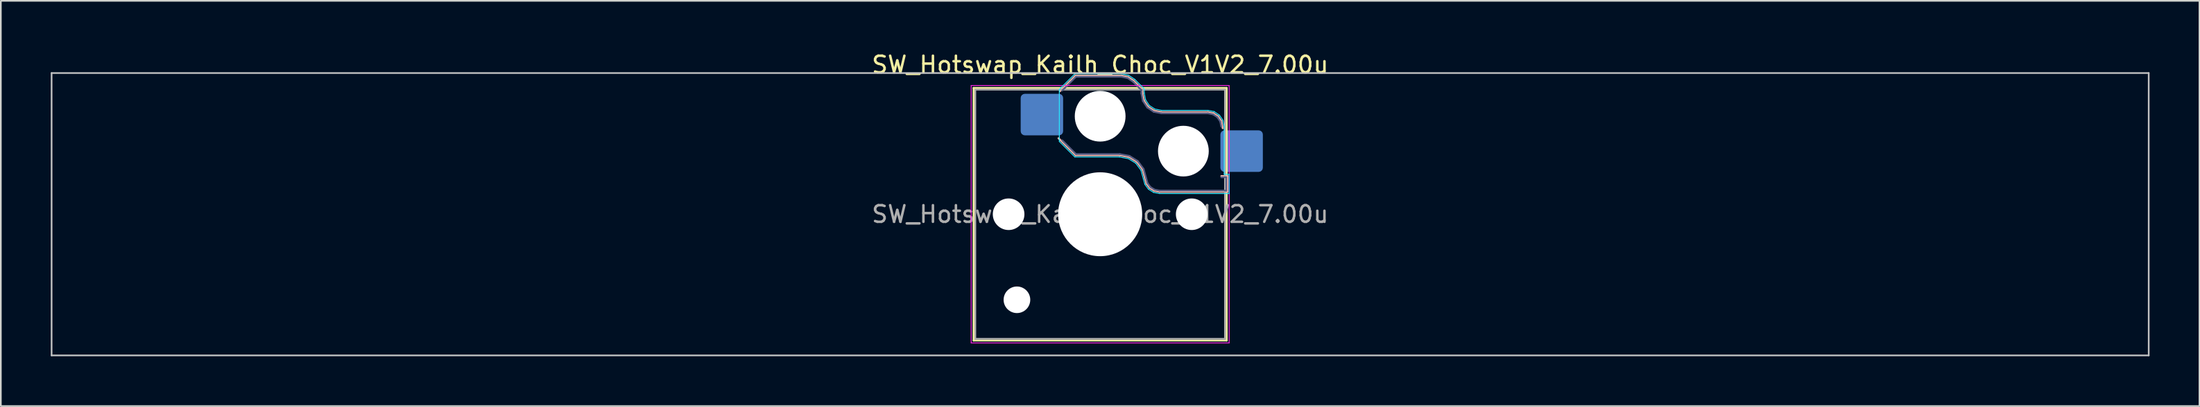
<source format=kicad_pcb>
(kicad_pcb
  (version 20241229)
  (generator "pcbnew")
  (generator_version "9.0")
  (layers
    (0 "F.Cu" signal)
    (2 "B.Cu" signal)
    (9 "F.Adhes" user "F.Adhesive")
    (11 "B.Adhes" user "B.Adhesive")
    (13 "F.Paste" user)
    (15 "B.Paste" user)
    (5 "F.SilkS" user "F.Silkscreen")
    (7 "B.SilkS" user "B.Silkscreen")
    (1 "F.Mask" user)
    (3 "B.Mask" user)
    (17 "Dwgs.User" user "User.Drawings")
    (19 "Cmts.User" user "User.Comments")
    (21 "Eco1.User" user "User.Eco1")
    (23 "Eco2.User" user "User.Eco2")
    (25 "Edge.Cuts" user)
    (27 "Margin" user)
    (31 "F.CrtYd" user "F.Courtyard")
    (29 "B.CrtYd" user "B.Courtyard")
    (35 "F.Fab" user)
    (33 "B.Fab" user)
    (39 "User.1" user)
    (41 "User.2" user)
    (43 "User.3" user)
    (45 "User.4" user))
  (footprint "SW_Hotswap_Kailh_Choc_V1V2_7.00u"
    (layer "F.Cu")
    (at 63.05 9.848)
    (property "Reference" "SW_Hotswap_Kailh_Choc_V1V2_7.00u" (at 0 -9 0) (layer "F.SilkS") (effects (font (size 1 1) (thickness 0.15))))
    (attr smd)
    (fp_line (start -7.6 -7.6) (end -7.6 7.6) (stroke (width 0.12) (type solid)) (layer "F.SilkS"))
    (fp_line (start -7.6 7.6) (end 7.6 7.6) (stroke (width 0.12) (type solid)) (layer "F.SilkS"))
    (fp_line (start 7.6 -7.6) (end -7.6 -7.6) (stroke (width 0.12) (type solid)) (layer "F.SilkS"))
    (fp_line (start 7.6 7.6) (end 7.6 -7.6) (stroke (width 0.12) (type solid)) (layer "F.SilkS"))
    (fp_line (start -2.416 -7.409) (end -1.479 -8.346) (stroke (width 0.12) (type solid)) (layer "B.SilkS"))
    (fp_line (start -1.479 -8.346) (end 1.268 -8.346) (stroke (width 0.12) (type solid)) (layer "B.SilkS"))
    (fp_line (start -1.479 -3.554) (end -2.5 -4.575) (stroke (width 0.12) (type solid)) (layer "B.SilkS"))
    (fp_line (start 1.168 -3.554) (end -1.479 -3.554) (stroke (width 0.12) (type solid)) (layer "B.SilkS"))
    (fp_line (start 1.268 -8.346) (end 1.671 -8.266) (stroke (width 0.12) (type solid)) (layer "B.SilkS"))
    (fp_line (start 1.671 -8.266) (end 2.013 -8.037) (stroke (width 0.12) (type solid)) (layer "B.SilkS"))
    (fp_line (start 1.73 -3.449) (end 1.168 -3.554) (stroke (width 0.12) (type solid)) (layer "B.SilkS"))
    (fp_line (start 2.013 -8.037) (end 2.546 -7.504) (stroke (width 0.12) (type solid)) (layer "B.SilkS"))
    (fp_line (start 2.209 -3.15) (end 1.73 -3.449) (stroke (width 0.12) (type solid)) (layer "B.SilkS"))
    (fp_line (start 2.546 -7.504) (end 2.546 -7.282) (stroke (width 0.12) (type solid)) (layer "B.SilkS"))
    (fp_line (start 2.546 -7.282) (end 2.633 -6.844) (stroke (width 0.12) (type solid)) (layer "B.SilkS"))
    (fp_line (start 2.547 -2.697) (end 2.209 -3.15) (stroke (width 0.12) (type solid)) (layer "B.SilkS"))
    (fp_line (start 2.633 -6.844) (end 2.877 -6.477) (stroke (width 0.12) (type solid)) (layer "B.SilkS"))
    (fp_line (start 2.701 -2.139) (end 2.547 -2.697) (stroke (width 0.12) (type solid)) (layer "B.SilkS"))
    (fp_line (start 2.783 -1.841) (end 2.701 -2.139) (stroke (width 0.12) (type solid)) (layer "B.SilkS"))
    (fp_line (start 2.877 -6.477) (end 3.244 -6.233) (stroke (width 0.12) (type solid)) (layer "B.SilkS"))
    (fp_line (start 2.976 -1.583) (end 2.783 -1.841) (stroke (width 0.12) (type solid)) (layer "B.SilkS"))
    (fp_line (start 3.244 -6.233) (end 3.682 -6.146) (stroke (width 0.12) (type solid)) (layer "B.SilkS"))
    (fp_line (start 3.25 -1.413) (end 2.976 -1.583) (stroke (width 0.12) (type solid)) (layer "B.SilkS"))
    (fp_line (start 3.56 -1.354) (end 3.25 -1.413) (stroke (width 0.12) (type solid)) (layer "B.SilkS"))
    (fp_line (start 3.682 -6.146) (end 6.482 -6.146) (stroke (width 0.12) (type solid)) (layer "B.SilkS"))
    (fp_line (start 6.482 -6.146) (end 6.809 -6.081) (stroke (width 0.12) (type solid)) (layer "B.SilkS"))
    (fp_line (start 6.809 -6.081) (end 7.092 -5.892) (stroke (width 0.12) (type solid)) (layer "B.SilkS"))
    (fp_line (start 7.092 -5.892) (end 7.281 -5.609) (stroke (width 0.12) (type solid)) (layer "B.SilkS"))
    (fp_line (start 7.281 -5.609) (end 7.366 -5.182) (stroke (width 0.12) (type solid)) (layer "B.SilkS"))
    (fp_line (start 7.283 -2.296) (end 7.646 -2.296) (stroke (width 0.12) (type solid)) (layer "B.SilkS"))
    (fp_line (start 7.646 -2.296) (end 7.646 -1.354) (stroke (width 0.12) (type solid)) (layer "B.SilkS"))
    (fp_line (start 7.646 -1.354) (end 3.56 -1.354) (stroke (width 0.12) (type solid)) (layer "B.SilkS"))
    (fp_line (start -63 -8.5) (end -63 8.5) (stroke (width 0.1) (type solid)) (layer "Dwgs.User"))
    (fp_line (start -63 8.5) (end 63 8.5) (stroke (width 0.1) (type solid)) (layer "Dwgs.User"))
    (fp_line (start 63 -8.5) (end -63 -8.5) (stroke (width 0.1) (type solid)) (layer "Dwgs.User"))
    (fp_line (start 63 8.5) (end 63 -8.5) (stroke (width 0.1) (type solid)) (layer "Dwgs.User"))
    (fp_line (start -7.25 -7.25) (end -7.25 7.25) (stroke (width 0.1) (type solid)) (layer "Eco1.User"))
    (fp_line (start -7.25 7.25) (end 7.25 7.25) (stroke (width 0.1) (type solid)) (layer "Eco1.User"))
    (fp_line (start 7.25 -7.25) (end -7.25 -7.25) (stroke (width 0.1) (type solid)) (layer "Eco1.User"))
    (fp_line (start 7.25 7.25) (end 7.25 -7.25) (stroke (width 0.1) (type solid)) (layer "Eco1.User"))
    (fp_line (start -2.452 -7.523) (end -1.523 -8.452) (stroke (width 0.05) (type solid)) (layer "B.CrtYd"))
    (fp_line (start -2.452 -4.377) (end -2.452 -7.523) (stroke (width 0.05) (type solid)) (layer "B.CrtYd"))
    (fp_line (start -1.523 -8.452) (end 1.278 -8.452) (stroke (width 0.05) (type solid)) (layer "B.CrtYd"))
    (fp_line (start -1.523 -3.448) (end -2.452 -4.377) (stroke (width 0.05) (type solid)) (layer "B.CrtYd"))
    (fp_line (start 1.159 -3.448) (end -1.523 -3.448) (stroke (width 0.05) (type solid)) (layer "B.CrtYd"))
    (fp_line (start 1.278 -8.452) (end 1.712 -8.366) (stroke (width 0.05) (type solid)) (layer "B.CrtYd"))
    (fp_line (start 1.691 -3.348) (end 1.159 -3.448) (stroke (width 0.05) (type solid)) (layer "B.CrtYd"))
    (fp_line (start 1.712 -8.366) (end 2.081 -8.119) (stroke (width 0.05) (type solid)) (layer "B.CrtYd"))
    (fp_line (start 2.081 -8.119) (end 2.652 -7.548) (stroke (width 0.05) (type solid)) (layer "B.CrtYd"))
    (fp_line (start 2.136 -3.071) (end 1.691 -3.348) (stroke (width 0.05) (type solid)) (layer "B.CrtYd"))
    (fp_line (start 2.45 -2.65) (end 2.136 -3.071) (stroke (width 0.05) (type solid)) (layer "B.CrtYd"))
    (fp_line (start 2.599 -2.111) (end 2.45 -2.65) (stroke (width 0.05) (type solid)) (layer "B.CrtYd"))
    (fp_line (start 2.652 -7.548) (end 2.652 -7.292) (stroke (width 0.05) (type solid)) (layer "B.CrtYd"))
    (fp_line (start 2.652 -7.292) (end 2.733 -6.885) (stroke (width 0.05) (type solid)) (layer "B.CrtYd"))
    (fp_line (start 2.687 -1.794) (end 2.599 -2.111) (stroke (width 0.05) (type solid)) (layer "B.CrtYd"))
    (fp_line (start 2.733 -6.885) (end 2.953 -6.553) (stroke (width 0.05) (type solid)) (layer "B.CrtYd"))
    (fp_line (start 2.903 -1.503) (end 2.687 -1.794) (stroke (width 0.05) (type solid)) (layer "B.CrtYd"))
    (fp_line (start 2.953 -6.553) (end 3.285 -6.333) (stroke (width 0.05) (type solid)) (layer "B.CrtYd"))
    (fp_line (start 3.211 -1.312) (end 2.903 -1.503) (stroke (width 0.05) (type solid)) (layer "B.CrtYd"))
    (fp_line (start 3.285 -6.333) (end 3.692 -6.252) (stroke (width 0.05) (type solid)) (layer "B.CrtYd"))
    (fp_line (start 3.55 -1.248) (end 3.211 -1.312) (stroke (width 0.05) (type solid)) (layer "B.CrtYd"))
    (fp_line (start 3.692 -6.252) (end 6.492 -6.252) (stroke (width 0.05) (type solid)) (layer "B.CrtYd"))
    (fp_line (start 6.492 -6.252) (end 6.85 -6.181) (stroke (width 0.05) (type solid)) (layer "B.CrtYd"))
    (fp_line (start 6.85 -6.181) (end 7.168 -5.968) (stroke (width 0.05) (type solid)) (layer "B.CrtYd"))
    (fp_line (start 7.168 -5.968) (end 7.381 -5.65) (stroke (width 0.05) (type solid)) (layer "B.CrtYd"))
    (fp_line (start 7.381 -5.65) (end 7.452 -5.292) (stroke (width 0.05) (type solid)) (layer "B.CrtYd"))
    (fp_line (start 7.452 -5.292) (end 7.452 -2.402) (stroke (width 0.05) (type solid)) (layer "B.CrtYd"))
    (fp_line (start 7.452 -2.402) (end 7.752 -2.402) (stroke (width 0.05) (type solid)) (layer "B.CrtYd"))
    (fp_line (start 7.752 -2.402) (end 7.752 -1.248) (stroke (width 0.05) (type solid)) (layer "B.CrtYd"))
    (fp_line (start 7.752 -1.248) (end 3.55 -1.248) (stroke (width 0.05) (type solid)) (layer "B.CrtYd"))
    (fp_line (start -7.75 -7.75) (end -7.75 7.75) (stroke (width 0.05) (type solid)) (layer "F.CrtYd"))
    (fp_line (start -7.75 7.75) (end 7.75 7.75) (stroke (width 0.05) (type solid)) (layer "F.CrtYd"))
    (fp_line (start 7.75 -7.75) (end -7.75 -7.75) (stroke (width 0.05) (type solid)) (layer "F.CrtYd"))
    (fp_line (start 7.75 7.75) (end 7.75 -7.75) (stroke (width 0.05) (type solid)) (layer "F.CrtYd"))
    (fp_line (start -2.275 -7.45) (end -1.45 -8.275) (stroke (width 0.1) (type solid)) (layer "B.Fab"))
    (fp_line (start -1.45 -8.275) (end 1.261 -8.275) (stroke (width 0.1) (type solid)) (layer "B.Fab"))
    (fp_line (start -1.45 -3.625) (end -2.275 -4.45) (stroke (width 0.1) (type solid)) (layer "B.Fab"))
    (fp_line (start 1.175 -3.625) (end -1.45 -3.625) (stroke (width 0.1) (type solid)) (layer "B.Fab"))
    (fp_line (start 1.261 -8.275) (end 1.643 -8.199) (stroke (width 0.1) (type solid)) (layer "B.Fab"))
    (fp_line (start 1.643 -8.199) (end 1.968 -7.982) (stroke (width 0.1) (type solid)) (layer "B.Fab"))
    (fp_line (start 1.756 -3.516) (end 1.175 -3.625) (stroke (width 0.1) (type solid)) (layer "B.Fab"))
    (fp_line (start 1.968 -7.982) (end 2.475 -7.475) (stroke (width 0.1) (type solid)) (layer "B.Fab"))
    (fp_line (start 2.258 -3.203) (end 1.756 -3.516) (stroke (width 0.1) (type solid)) (layer "B.Fab"))
    (fp_line (start 2.475 -7.475) (end 2.475 -7.275) (stroke (width 0.1) (type solid)) (layer "B.Fab"))
    (fp_line (start 2.475 -7.275) (end 2.566 -6.816) (stroke (width 0.1) (type solid)) (layer "B.Fab"))
    (fp_line (start 2.566 -6.816) (end 2.826 -6.426) (stroke (width 0.1) (type solid)) (layer "B.Fab"))
    (fp_line (start 2.612 -2.729) (end 2.258 -3.203) (stroke (width 0.1) (type solid)) (layer "B.Fab"))
    (fp_line (start 2.769 -2.158) (end 2.612 -2.729) (stroke (width 0.1) (type solid)) (layer "B.Fab"))
    (fp_line (start 2.826 -6.426) (end 3.216 -6.166) (stroke (width 0.1) (type solid)) (layer "B.Fab"))
    (fp_line (start 2.848 -1.873) (end 2.769 -2.158) (stroke (width 0.1) (type solid)) (layer "B.Fab"))
    (fp_line (start 3.025 -1.636) (end 2.848 -1.873) (stroke (width 0.1) (type solid)) (layer "B.Fab"))
    (fp_line (start 3.216 -6.166) (end 3.675 -6.075) (stroke (width 0.1) (type solid)) (layer "B.Fab"))
    (fp_line (start 3.276 -1.48) (end 3.025 -1.636) (stroke (width 0.1) (type solid)) (layer "B.Fab"))
    (fp_line (start 3.567 -1.425) (end 3.276 -1.48) (stroke (width 0.1) (type solid)) (layer "B.Fab"))
    (fp_line (start 3.675 -6.075) (end 6.475 -6.075) (stroke (width 0.1) (type solid)) (layer "B.Fab"))
    (fp_line (start 6.475 -6.075) (end 6.781 -6.014) (stroke (width 0.1) (type solid)) (layer "B.Fab"))
    (fp_line (start 6.781 -6.014) (end 7.041 -5.841) (stroke (width 0.1) (type solid)) (layer "B.Fab"))
    (fp_line (start 7.041 -5.841) (end 7.214 -5.581) (stroke (width 0.1) (type solid)) (layer "B.Fab"))
    (fp_line (start 7.214 -5.581) (end 7.275 -5.275) (stroke (width 0.1) (type solid)) (layer "B.Fab"))
    (fp_line (start 7.275 -2.225) (end 7.575 -2.225) (stroke (width 0.1) (type solid)) (layer "B.Fab"))
    (fp_line (start 7.575 -2.225) (end 7.575 -1.425) (stroke (width 0.1) (type solid)) (layer "B.Fab"))
    (fp_line (start 7.575 -1.425) (end 3.567 -1.425) (stroke (width 0.1) (type solid)) (layer "B.Fab"))
    (fp_line (start -7.5 -7.5) (end -7.5 7.5) (stroke (width 0.1) (type solid)) (layer "F.Fab"))
    (fp_line (start -7.5 7.5) (end 7.5 7.5) (stroke (width 0.1) (type solid)) (layer "F.Fab"))
    (fp_line (start 7.5 -7.5) (end -7.5 -7.5) (stroke (width 0.1) (type solid)) (layer "F.Fab"))
    (fp_line (start 7.5 7.5) (end 7.5 -7.5) (stroke (width 0.1) (type solid)) (layer "F.Fab"))
    (fp_text user "${REFERENCE}" (at 0 0 0) (layer "F.Fab") (effects (font (size 1 1) (thickness 0.15))))
    (pad "" np_thru_hole circle (at -5.5 0) (size 1.9 1.9) (drill 1.9) (layers "*.Cu" "*.Mask"))
    (pad "" np_thru_hole circle (at -5 5.15) (size 1.6 1.6) (drill 1.6) (layers "*.Cu" "*.Mask"))
    (pad "" np_thru_hole circle (at 0 -5.9) (size 3.05 3.05) (drill 3.05) (layers "*.Cu" "*.Mask"))
    (pad "" np_thru_hole circle (at 0 0) (size 5.05 5.05) (drill 5.05) (layers "*.Cu" "*.Mask"))
    (pad "" np_thru_hole circle (at 5 -3.8) (size 3.05 3.05) (drill 3.05) (layers "*.Cu" "*.Mask"))
    (pad "" np_thru_hole circle (at 5.5 0) (size 1.9 1.9) (drill 1.9) (layers "*.Cu" "*.Mask"))
    (pad "1" smd roundrect (at -3.5 -6) (size 2.55 2.5) (layers "B.Cu" "B.Mask" "B.Paste") (roundrect_rratio 0.1))
    (pad "2" smd roundrect (at 8.5 -3.8) (size 2.55 2.5) (layers "B.Cu" "B.Mask" "B.Paste") (roundrect_rratio 0.1)))
  (gr_rect
    (start -3 -3)
    (end 129.1 21.398)
    (stroke (width 0.1) (type default))
    (fill no)
    (layer "Edge.Cuts")))
</source>
